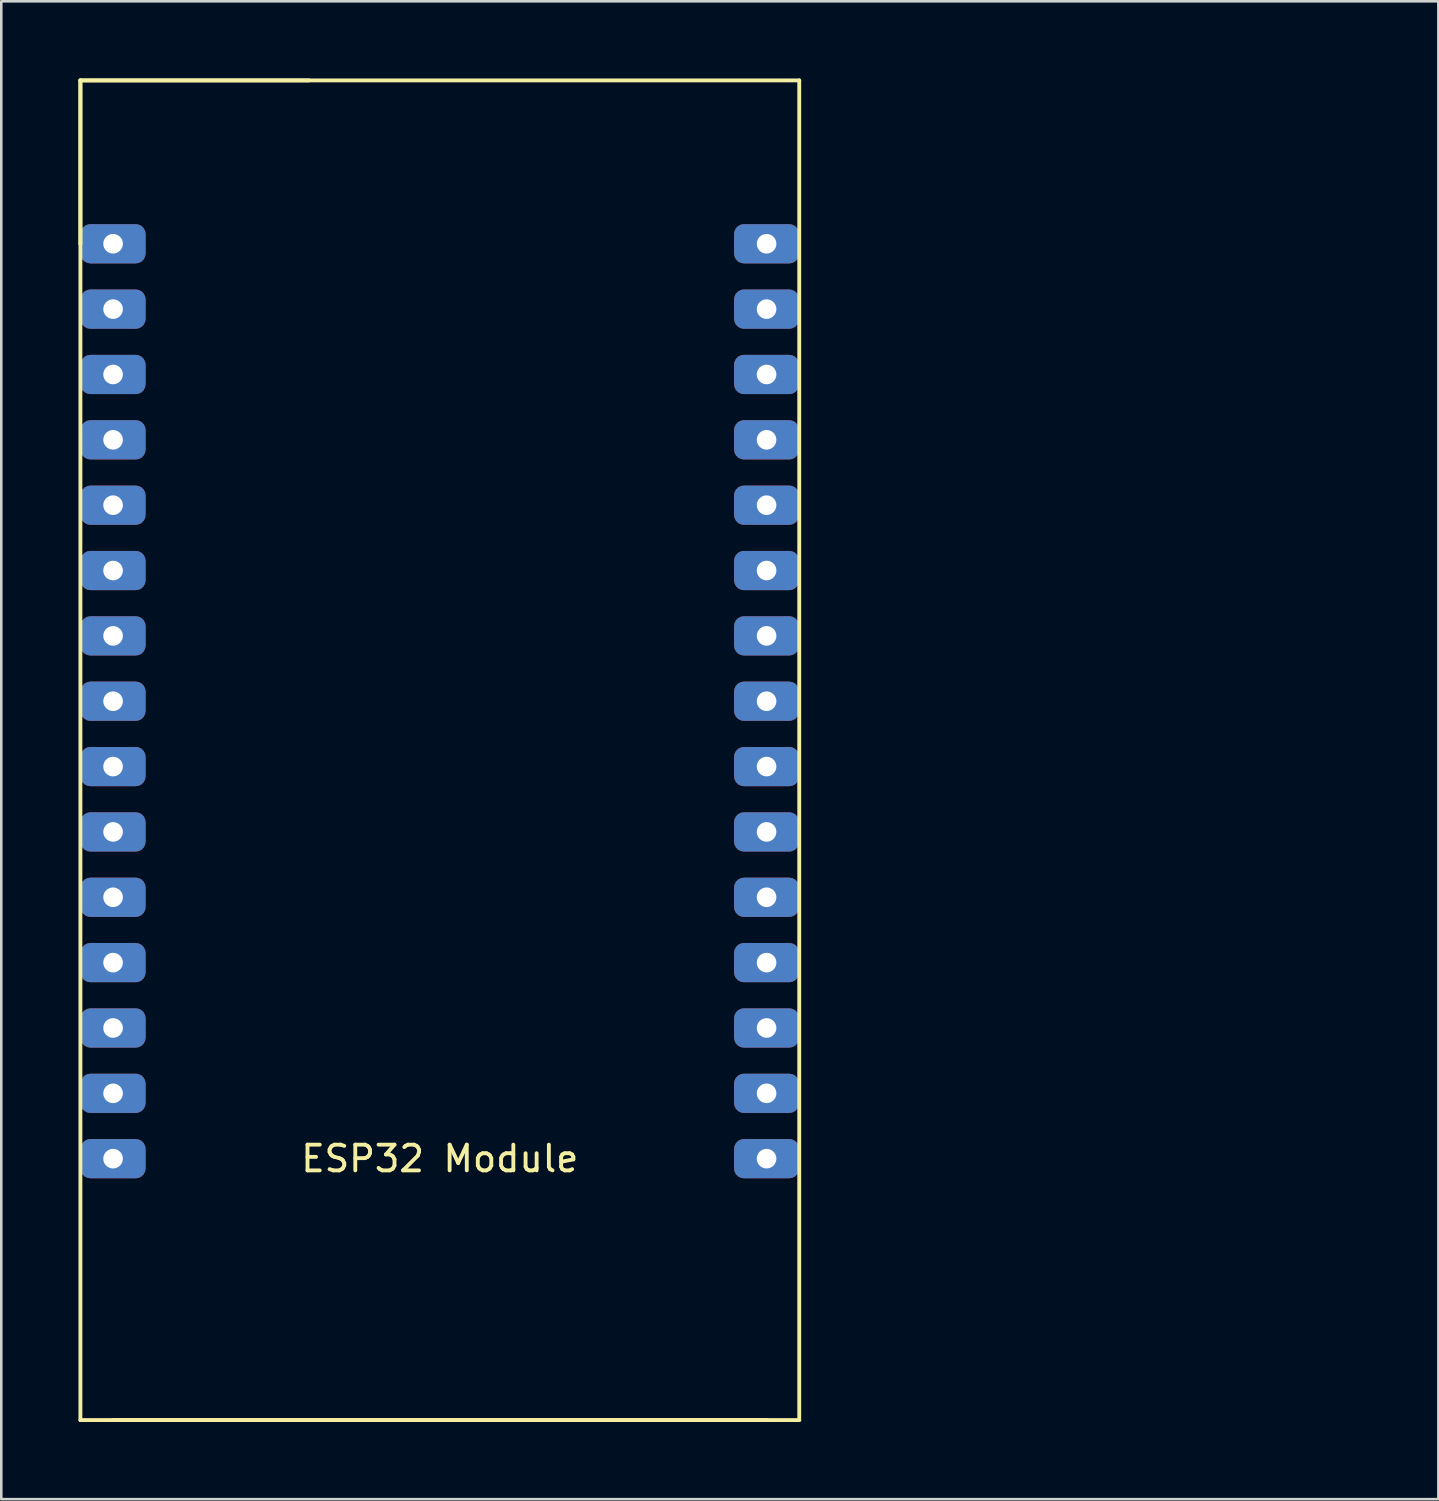
<source format=kicad_pcb>
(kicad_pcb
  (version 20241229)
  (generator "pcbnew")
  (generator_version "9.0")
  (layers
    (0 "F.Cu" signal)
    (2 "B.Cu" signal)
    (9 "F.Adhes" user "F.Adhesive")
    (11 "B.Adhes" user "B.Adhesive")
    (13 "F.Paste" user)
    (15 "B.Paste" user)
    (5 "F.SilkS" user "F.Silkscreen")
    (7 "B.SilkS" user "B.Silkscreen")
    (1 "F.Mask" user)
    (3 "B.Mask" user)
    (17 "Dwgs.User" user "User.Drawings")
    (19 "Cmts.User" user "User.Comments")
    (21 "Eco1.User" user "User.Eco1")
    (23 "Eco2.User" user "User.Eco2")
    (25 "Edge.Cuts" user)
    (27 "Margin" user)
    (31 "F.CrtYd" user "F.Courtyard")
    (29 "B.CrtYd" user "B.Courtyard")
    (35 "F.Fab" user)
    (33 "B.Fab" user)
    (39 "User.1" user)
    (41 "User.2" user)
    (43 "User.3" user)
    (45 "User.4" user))
  (footprint "ESP32 Module"
    (layer "F.Cu")
    (at 49.605 21.665)
    (property "Reference" "ESP32 Module" (at -35.56 20.32 0) (layer "F.SilkS") (effects (font (size 1 1) (thickness 0.15))))
    (attr through_hole)
    (fp_line (start -49.53 -21.59) (end -40.64 -21.59) (stroke (width 0.15) (type solid)) (layer "F.SilkS"))
    (fp_line (start -49.53 -21.59) (end -21.59 -21.59) (stroke (width 0.15) (type solid)) (layer "F.SilkS"))
    (fp_line (start -49.53 -15.24) (end -49.53 -21.59) (stroke (width 0.15) (type solid)) (layer "F.SilkS"))
    (fp_line (start -49.53 -15.24) (end -49.53 -21.59) (stroke (width 0.15) (type solid)) (layer "F.SilkS"))
    (fp_line (start -49.53 30.48) (end -49.53 -15.24) (stroke (width 0.15) (type solid)) (layer "F.SilkS"))
    (fp_line (start -48.26 30.48) (end -22.86 30.48) (stroke (width 0.15) (type solid)) (layer "F.SilkS"))
    (fp_line (start -21.59 -21.59) (end -21.59 30.48) (stroke (width 0.15) (type solid)) (layer "F.SilkS"))
    (fp_line (start -21.59 30.48) (end -49.53 30.48) (stroke (width 0.15) (type solid)) (layer "F.SilkS"))
    (pad "1" thru_hole roundrect (at -48.26 20.32) (size 2.524 1.524) (drill 0.762) (layers "*.Cu" "*.Mask") (roundrect_rratio 0.25))
    (pad "2" thru_hole roundrect (at -48.26 17.78) (size 2.524 1.524) (drill 0.762) (layers "*.Cu" "*.Mask") (roundrect_rratio 0.25))
    (pad "3" thru_hole roundrect (at -48.26 15.24) (size 2.524 1.524) (drill 0.762) (layers "*.Cu" "*.Mask") (roundrect_rratio 0.25))
    (pad "4" thru_hole roundrect (at -48.26 12.7) (size 2.524 1.524) (drill 0.762) (layers "*.Cu" "*.Mask") (roundrect_rratio 0.25))
    (pad "5" thru_hole roundrect (at -48.26 10.16) (size 2.524 1.524) (drill 0.762) (layers "*.Cu" "*.Mask") (roundrect_rratio 0.25))
    (pad "6" thru_hole roundrect (at -48.26 7.62) (size 2.524 1.524) (drill 0.762) (layers "*.Cu" "*.Mask") (roundrect_rratio 0.25))
    (pad "7" thru_hole roundrect (at -48.26 5.08) (size 2.524 1.524) (drill 0.762) (layers "*.Cu" "*.Mask") (roundrect_rratio 0.25))
    (pad "8" thru_hole roundrect (at -48.26 2.54) (size 2.524 1.524) (drill 0.762) (layers "*.Cu" "*.Mask") (roundrect_rratio 0.25))
    (pad "9" thru_hole roundrect (at -48.26 0) (size 2.524 1.524) (drill 0.762) (layers "*.Cu" "*.Mask") (roundrect_rratio 0.25))
    (pad "10" thru_hole roundrect (at -48.26 -2.54) (size 2.524 1.524) (drill 0.762) (layers "*.Cu" "*.Mask") (roundrect_rratio 0.25))
    (pad "11" thru_hole roundrect (at -48.26 -5.08) (size 2.524 1.524) (drill 0.762) (layers "*.Cu" "*.Mask") (roundrect_rratio 0.25))
    (pad "12" thru_hole roundrect (at -48.26 -7.62) (size 2.524 1.524) (drill 0.762) (layers "*.Cu" "*.Mask") (roundrect_rratio 0.25))
    (pad "13" thru_hole roundrect (at -48.26 -10.16) (size 2.524 1.524) (drill 0.762) (layers "*.Cu" "*.Mask") (roundrect_rratio 0.25))
    (pad "14" thru_hole roundrect (at -48.26 -12.7) (size 2.524 1.524) (drill 0.762) (layers "*.Cu" "*.Mask") (roundrect_rratio 0.25))
    (pad "15" thru_hole roundrect (at -48.26 -15.24) (size 2.524 1.524) (drill 0.762) (layers "*.Cu" "*.Mask") (roundrect_rratio 0.25))
    (pad "16" thru_hole roundrect (at -22.86 -15.24) (size 2.524 1.524) (drill 0.762) (layers "*.Cu" "*.Mask") (roundrect_rratio 0.25))
    (pad "17" thru_hole roundrect (at -22.86 -12.7) (size 2.524 1.524) (drill 0.762) (layers "*.Cu" "*.Mask") (roundrect_rratio 0.25))
    (pad "18" thru_hole roundrect (at -22.86 -10.16) (size 2.524 1.524) (drill 0.762) (layers "*.Cu" "*.Mask") (roundrect_rratio 0.25))
    (pad "19" thru_hole roundrect (at -22.86 -7.62) (size 2.524 1.524) (drill 0.762) (layers "*.Cu" "*.Mask") (roundrect_rratio 0.25))
    (pad "20" thru_hole roundrect (at -22.86 -5.08) (size 2.524 1.524) (drill 0.762) (layers "*.Cu" "*.Mask") (roundrect_rratio 0.25))
    (pad "21" thru_hole roundrect (at -22.86 -2.54) (size 2.524 1.524) (drill 0.762) (layers "*.Cu" "*.Mask") (roundrect_rratio 0.25))
    (pad "22" thru_hole roundrect (at -22.86 0) (size 2.524 1.524) (drill 0.762) (layers "*.Cu" "*.Mask") (roundrect_rratio 0.25))
    (pad "23" thru_hole roundrect (at -22.86 2.54) (size 2.524 1.524) (drill 0.762) (layers "*.Cu" "*.Mask") (roundrect_rratio 0.25))
    (pad "24" thru_hole roundrect (at -22.86 5.08) (size 2.524 1.524) (drill 0.762) (layers "*.Cu" "*.Mask") (roundrect_rratio 0.25))
    (pad "25" thru_hole roundrect (at -22.86 7.62) (size 2.524 1.524) (drill 0.762) (layers "*.Cu" "*.Mask") (roundrect_rratio 0.25))
    (pad "26" thru_hole roundrect (at -22.86 10.16) (size 2.524 1.524) (drill 0.762) (layers "*.Cu" "*.Mask") (roundrect_rratio 0.25))
    (pad "27" thru_hole roundrect (at -22.86 12.7) (size 2.524 1.524) (drill 0.762) (layers "*.Cu" "*.Mask") (roundrect_rratio 0.25))
    (pad "28" thru_hole roundrect (at -22.86 15.24) (size 2.524 1.524) (drill 0.762) (layers "*.Cu" "*.Mask") (roundrect_rratio 0.25))
    (pad "29" thru_hole roundrect (at -22.86 17.78) (size 2.524 1.524) (drill 0.762) (layers "*.Cu" "*.Mask") (roundrect_rratio 0.25))
    (pad "30" thru_hole roundrect (at -22.86 20.32) (size 2.524 1.524) (drill 0.762) (layers "*.Cu" "*.Mask") (roundrect_rratio 0.25)))
  (gr_rect
    (start -3 -3)
    (end 52.855 55.22)
    (stroke (width 0.1) (type default))
    (fill no)
    (layer "Edge.Cuts")))
</source>
